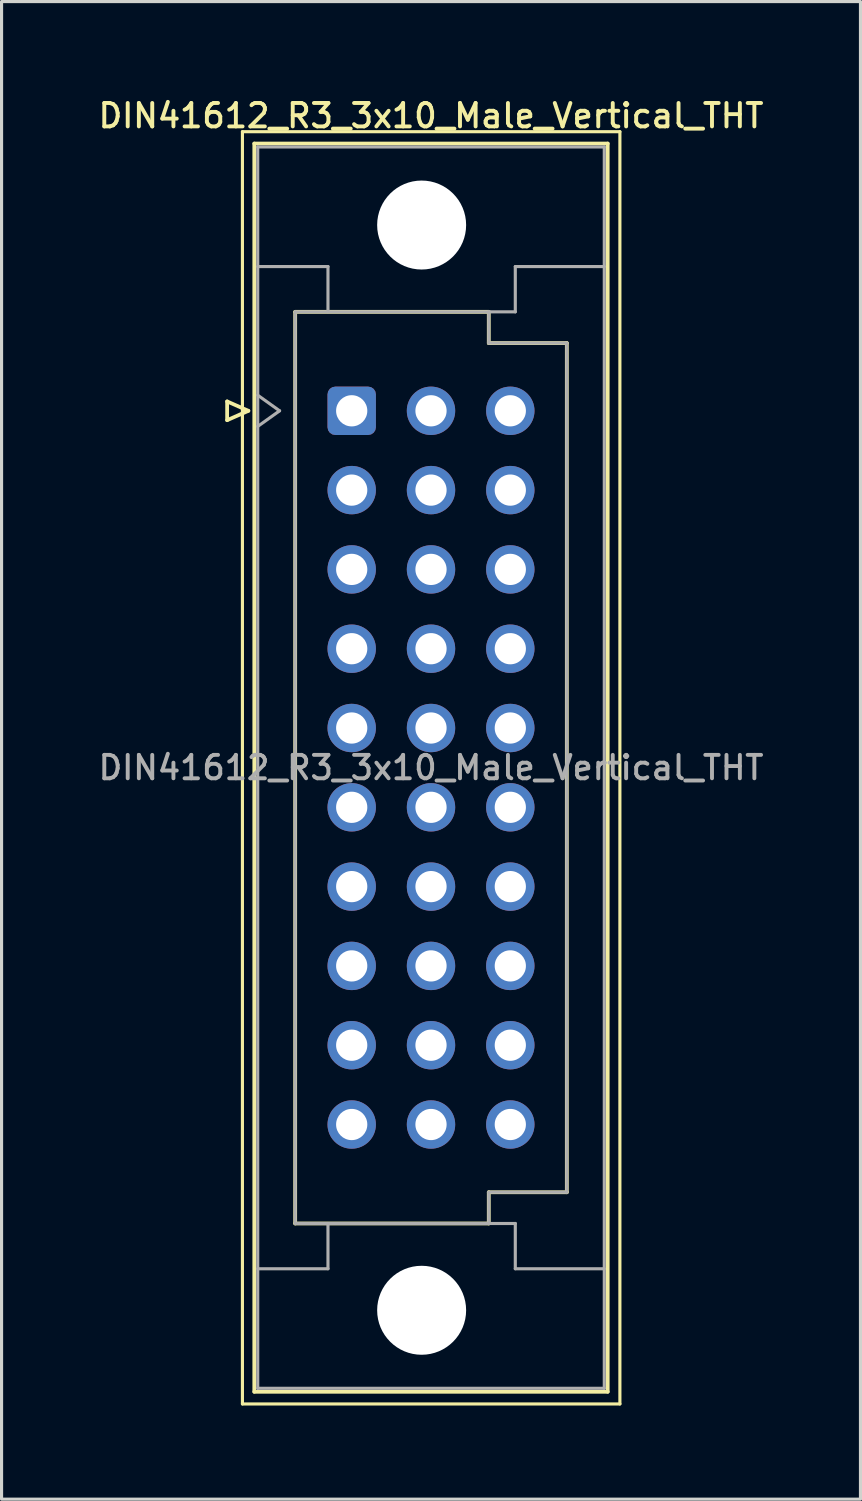
<source format=kicad_pcb>
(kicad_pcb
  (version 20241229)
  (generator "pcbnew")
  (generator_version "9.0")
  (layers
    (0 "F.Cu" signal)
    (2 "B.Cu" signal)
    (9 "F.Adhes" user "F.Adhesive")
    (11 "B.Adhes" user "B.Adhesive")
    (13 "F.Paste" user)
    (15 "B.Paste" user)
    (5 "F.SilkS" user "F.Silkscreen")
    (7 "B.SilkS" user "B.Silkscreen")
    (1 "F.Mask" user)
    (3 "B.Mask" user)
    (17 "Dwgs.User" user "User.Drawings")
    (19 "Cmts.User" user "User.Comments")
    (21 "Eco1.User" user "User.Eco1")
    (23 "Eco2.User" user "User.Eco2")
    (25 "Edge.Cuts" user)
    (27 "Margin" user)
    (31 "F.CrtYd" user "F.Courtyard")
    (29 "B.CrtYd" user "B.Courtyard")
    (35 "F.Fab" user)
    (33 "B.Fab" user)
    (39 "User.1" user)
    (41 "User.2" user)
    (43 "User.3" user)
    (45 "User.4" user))
  (footprint "DIN41612_R3_3x10_Male_Vertical_THT"
    (layer "F.Cu")
    (at 8.215 10.108)
    (property "Reference" "DIN41612_R3_3x10_Male_Vertical_THT" (at 2.54 -9.45 0) (layer "F.SilkS") (effects (font (size 0.75 0.75) (thickness 0.125))))
    (attr through_hole)
    (fp_line (start -3.99 -0.3) (end -3.99 0.3) (stroke (width 0.12) (type solid)) (layer "F.SilkS"))
    (fp_line (start -3.99 0.3) (end -3.31 0) (stroke (width 0.12) (type solid)) (layer "F.SilkS"))
    (fp_line (start -3.5 -8.94) (end 8.59 -8.94) (stroke (width 0.1) (type solid)) (layer "F.SilkS"))
    (fp_line (start -3.5 31.81) (end -3.5 -8.94) (stroke (width 0.1) (type solid)) (layer "F.SilkS"))
    (fp_line (start -3.31 0) (end -3.99 -0.3) (stroke (width 0.12) (type solid)) (layer "F.SilkS"))
    (fp_line (start -3.12 -8.56) (end 8.2 -8.56) (stroke (width 0.12) (type solid)) (layer "F.SilkS"))
    (fp_line (start -3.12 31.42) (end -3.12 -8.56) (stroke (width 0.12) (type solid)) (layer "F.SilkS"))
    (fp_line (start -1.81 -3.17) (end 4.39 -3.17) (stroke (width 0.12) (type solid)) (layer "F.SilkS"))
    (fp_line (start -1.81 26.03) (end -1.81 -3.17) (stroke (width 0.12) (type solid)) (layer "F.SilkS"))
    (fp_line (start 4.39 -3.17) (end 4.39 -2.17) (stroke (width 0.12) (type solid)) (layer "F.SilkS"))
    (fp_line (start 4.39 -2.17) (end 6.89 -2.17) (stroke (width 0.12) (type solid)) (layer "F.SilkS"))
    (fp_line (start 4.39 25.03) (end 4.39 26.03) (stroke (width 0.12) (type solid)) (layer "F.SilkS"))
    (fp_line (start 4.39 26.03) (end -1.81 26.03) (stroke (width 0.12) (type solid)) (layer "F.SilkS"))
    (fp_line (start 6.89 -2.17) (end 6.89 25.03) (stroke (width 0.12) (type solid)) (layer "F.SilkS"))
    (fp_line (start 6.89 25.03) (end 4.39 25.03) (stroke (width 0.12) (type solid)) (layer "F.SilkS"))
    (fp_line (start 8.2 -8.56) (end 8.2 31.42) (stroke (width 0.12) (type solid)) (layer "F.SilkS"))
    (fp_line (start 8.2 31.42) (end -3.12 31.42) (stroke (width 0.12) (type solid)) (layer "F.SilkS"))
    (fp_line (start 8.59 -8.94) (end 8.59 31.81) (stroke (width 0.1) (type solid)) (layer "F.SilkS"))
    (fp_line (start 8.59 31.81) (end -3.5 31.81) (stroke (width 0.1) (type solid)) (layer "F.SilkS"))
    (fp_line (start -3.01 -8.45) (end 8.09 -8.45) (stroke (width 0.1) (type solid)) (layer "F.Fab"))
    (fp_line (start -3.01 -4.62) (end -0.76 -4.62) (stroke (width 0.1) (type solid)) (layer "F.Fab"))
    (fp_line (start -3.01 -0.5) (end -2.31 0) (stroke (width 0.1) (type solid)) (layer "F.Fab"))
    (fp_line (start -3.01 27.48) (end -0.76 27.48) (stroke (width 0.1) (type solid)) (layer "F.Fab"))
    (fp_line (start -3.01 31.31) (end -3.01 -8.45) (stroke (width 0.1) (type solid)) (layer "F.Fab"))
    (fp_line (start -2.31 0) (end -3.01 0.5) (stroke (width 0.1) (type solid)) (layer "F.Fab"))
    (fp_line (start -1.81 -3.17) (end 4.39 -3.17) (stroke (width 0.1) (type solid)) (layer "F.Fab"))
    (fp_line (start -1.81 26.03) (end -1.81 -3.17) (stroke (width 0.1) (type solid)) (layer "F.Fab"))
    (fp_line (start -0.76 -4.62) (end -0.76 -3.17) (stroke (width 0.1) (type solid)) (layer "F.Fab"))
    (fp_line (start -0.76 27.48) (end -0.76 26.03) (stroke (width 0.1) (type solid)) (layer "F.Fab"))
    (fp_line (start 4.39 -3.17) (end 4.39 -2.17) (stroke (width 0.1) (type solid)) (layer "F.Fab"))
    (fp_line (start 4.39 -3.17) (end 5.24 -3.17) (stroke (width 0.1) (type solid)) (layer "F.Fab"))
    (fp_line (start 4.39 -2.17) (end 6.89 -2.17) (stroke (width 0.1) (type solid)) (layer "F.Fab"))
    (fp_line (start 4.39 25.03) (end 4.39 26.03) (stroke (width 0.1) (type solid)) (layer "F.Fab"))
    (fp_line (start 4.39 26.03) (end -1.81 26.03) (stroke (width 0.1) (type solid)) (layer "F.Fab"))
    (fp_line (start 4.39 26.03) (end 5.24 26.03) (stroke (width 0.1) (type solid)) (layer "F.Fab"))
    (fp_line (start 5.24 -4.62) (end 8.09 -4.62) (stroke (width 0.1) (type solid)) (layer "F.Fab"))
    (fp_line (start 5.24 -3.17) (end 5.24 -4.62) (stroke (width 0.1) (type solid)) (layer "F.Fab"))
    (fp_line (start 5.24 26.03) (end 5.24 27.48) (stroke (width 0.1) (type solid)) (layer "F.Fab"))
    (fp_line (start 5.24 27.48) (end 8.09 27.48) (stroke (width 0.1) (type solid)) (layer "F.Fab"))
    (fp_line (start 6.89 -2.17) (end 6.89 25.03) (stroke (width 0.1) (type solid)) (layer "F.Fab"))
    (fp_line (start 6.89 25.03) (end 4.39 25.03) (stroke (width 0.1) (type solid)) (layer "F.Fab"))
    (fp_line (start 8.09 -8.45) (end 8.09 31.31) (stroke (width 0.1) (type solid)) (layer "F.Fab"))
    (fp_line (start 8.09 31.31) (end -3.01 31.31) (stroke (width 0.1) (type solid)) (layer "F.Fab"))
    (fp_text user "${REFERENCE}" (at 2.54 11.43 0) (layer "F.Fab") (effects (font (size 0.75 0.75) (thickness 0.125))))
    (pad "" np_thru_hole circle (at 2.24 -5.95) (size 2.85 2.85) (drill 2.85) (layers "*.Cu" "*.Mask"))
    (pad "" np_thru_hole circle (at 2.24 28.81) (size 2.85 2.85) (drill 2.85) (layers "*.Cu" "*.Mask"))
    (pad "a1" thru_hole roundrect (at 0 0) (size 1.55 1.55) (drill 1) (layers "*.Cu" "*.Mask") (roundrect_rratio 0.161))
    (pad "a2" thru_hole circle (at 0 2.54) (size 1.55 1.55) (drill 1) (layers "*.Cu" "*.Mask"))
    (pad "a3" thru_hole circle (at 0 5.08) (size 1.55 1.55) (drill 1) (layers "*.Cu" "*.Mask"))
    (pad "a4" thru_hole circle (at 0 7.62) (size 1.55 1.55) (drill 1) (layers "*.Cu" "*.Mask"))
    (pad "a5" thru_hole circle (at 0 10.16) (size 1.55 1.55) (drill 1) (layers "*.Cu" "*.Mask"))
    (pad "a6" thru_hole circle (at 0 12.7) (size 1.55 1.55) (drill 1) (layers "*.Cu" "*.Mask"))
    (pad "a7" thru_hole circle (at 0 15.24) (size 1.55 1.55) (drill 1) (layers "*.Cu" "*.Mask"))
    (pad "a8" thru_hole circle (at 0 17.78) (size 1.55 1.55) (drill 1) (layers "*.Cu" "*.Mask"))
    (pad "a9" thru_hole circle (at 0 20.32) (size 1.55 1.55) (drill 1) (layers "*.Cu" "*.Mask"))
    (pad "a10" thru_hole circle (at 0 22.86) (size 1.55 1.55) (drill 1) (layers "*.Cu" "*.Mask"))
    (pad "b1" thru_hole circle (at 2.54 0) (size 1.55 1.55) (drill 1) (layers "*.Cu" "*.Mask"))
    (pad "b2" thru_hole circle (at 2.54 2.54) (size 1.55 1.55) (drill 1) (layers "*.Cu" "*.Mask"))
    (pad "b3" thru_hole circle (at 2.54 5.08) (size 1.55 1.55) (drill 1) (layers "*.Cu" "*.Mask"))
    (pad "b4" thru_hole circle (at 2.54 7.62) (size 1.55 1.55) (drill 1) (layers "*.Cu" "*.Mask"))
    (pad "b5" thru_hole circle (at 2.54 10.16) (size 1.55 1.55) (drill 1) (layers "*.Cu" "*.Mask"))
    (pad "b6" thru_hole circle (at 2.54 12.7) (size 1.55 1.55) (drill 1) (layers "*.Cu" "*.Mask"))
    (pad "b7" thru_hole circle (at 2.54 15.24) (size 1.55 1.55) (drill 1) (layers "*.Cu" "*.Mask"))
    (pad "b8" thru_hole circle (at 2.54 17.78) (size 1.55 1.55) (drill 1) (layers "*.Cu" "*.Mask"))
    (pad "b9" thru_hole circle (at 2.54 20.32) (size 1.55 1.55) (drill 1) (layers "*.Cu" "*.Mask"))
    (pad "b10" thru_hole circle (at 2.54 22.86) (size 1.55 1.55) (drill 1) (layers "*.Cu" "*.Mask"))
    (pad "c1" thru_hole circle (at 5.08 0) (size 1.55 1.55) (drill 1) (layers "*.Cu" "*.Mask"))
    (pad "c2" thru_hole circle (at 5.08 2.54) (size 1.55 1.55) (drill 1) (layers "*.Cu" "*.Mask"))
    (pad "c3" thru_hole circle (at 5.08 5.08) (size 1.55 1.55) (drill 1) (layers "*.Cu" "*.Mask"))
    (pad "c4" thru_hole circle (at 5.08 7.62) (size 1.55 1.55) (drill 1) (layers "*.Cu" "*.Mask"))
    (pad "c5" thru_hole circle (at 5.08 10.16) (size 1.55 1.55) (drill 1) (layers "*.Cu" "*.Mask"))
    (pad "c6" thru_hole circle (at 5.08 12.7) (size 1.55 1.55) (drill 1) (layers "*.Cu" "*.Mask"))
    (pad "c7" thru_hole circle (at 5.08 15.24) (size 1.55 1.55) (drill 1) (layers "*.Cu" "*.Mask"))
    (pad "c8" thru_hole circle (at 5.08 17.78) (size 1.55 1.55) (drill 1) (layers "*.Cu" "*.Mask"))
    (pad "c9" thru_hole circle (at 5.08 20.32) (size 1.55 1.55) (drill 1) (layers "*.Cu" "*.Mask"))
    (pad "c10" thru_hole circle (at 5.08 22.86) (size 1.55 1.55) (drill 1) (layers "*.Cu" "*.Mask")))
  (gr_rect
    (start -3 -3)
    (end 24.511 44.968)
    (stroke (width 0.1) (type default))
    (fill no)
    (layer "Edge.Cuts")))
</source>
